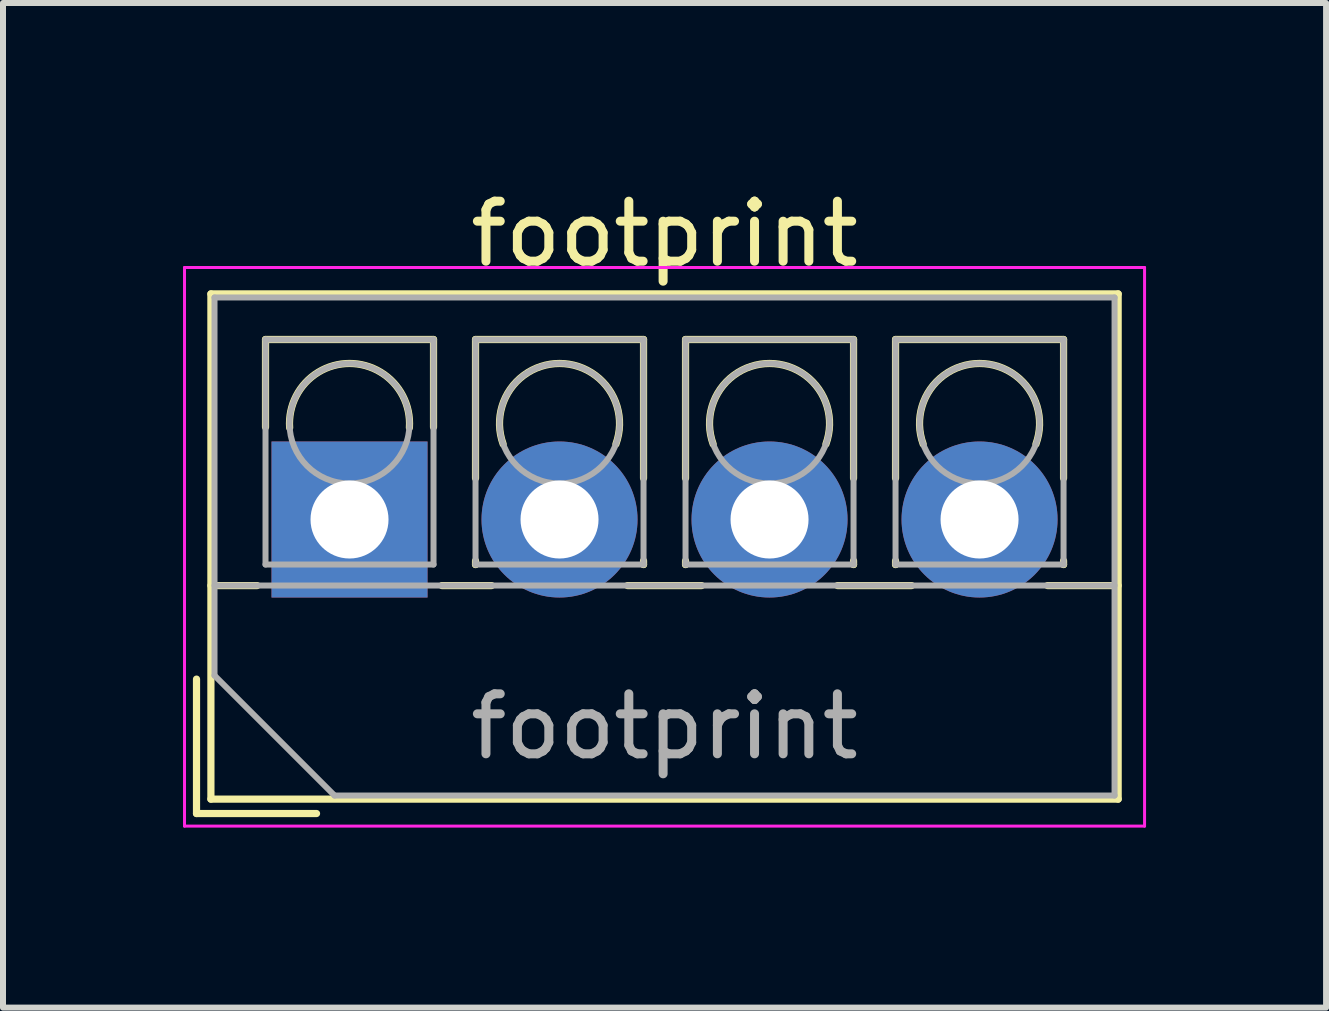
<source format=kicad_pcb>
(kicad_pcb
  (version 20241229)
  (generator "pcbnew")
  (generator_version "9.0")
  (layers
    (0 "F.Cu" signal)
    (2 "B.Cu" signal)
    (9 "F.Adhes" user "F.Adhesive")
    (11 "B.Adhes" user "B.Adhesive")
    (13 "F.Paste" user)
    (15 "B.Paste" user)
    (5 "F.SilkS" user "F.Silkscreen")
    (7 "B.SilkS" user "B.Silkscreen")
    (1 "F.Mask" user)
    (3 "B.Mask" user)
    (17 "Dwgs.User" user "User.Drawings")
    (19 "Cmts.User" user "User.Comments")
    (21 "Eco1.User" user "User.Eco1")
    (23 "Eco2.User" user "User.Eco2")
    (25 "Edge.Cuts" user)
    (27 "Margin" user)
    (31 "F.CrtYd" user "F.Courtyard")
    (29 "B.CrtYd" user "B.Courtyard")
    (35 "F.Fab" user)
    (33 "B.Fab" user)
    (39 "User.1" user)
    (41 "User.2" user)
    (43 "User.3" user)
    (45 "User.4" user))
  (footprint "footprint"
    (layer "F.Cu")
    (at 2.775 5.608)
    (property "Reference" "footprint" (at 5.25 -4.76 0) (layer "F.SilkS") (effects (font (size 1 1) (thickness 0.15))))
    (attr through_hole)
    (fp_line (start -2.55 2.66) (end -2.55 4.9) (stroke (width 0.12) (type solid)) (layer "F.SilkS"))
    (fp_line (start -2.55 4.9) (end -0.55 4.9) (stroke (width 0.12) (type solid)) (layer "F.SilkS"))
    (fp_line (start -2.31 -3.76) (end -2.31 4.66) (stroke (width 0.12) (type solid)) (layer "F.SilkS"))
    (fp_line (start -2.31 -3.76) (end 12.81 -3.76) (stroke (width 0.12) (type solid)) (layer "F.SilkS"))
    (fp_line (start -2.31 1.101) (end -1.54 1.101) (stroke (width 0.12) (type solid)) (layer "F.SilkS"))
    (fp_line (start -2.31 4.66) (end 12.81 4.66) (stroke (width 0.12) (type solid)) (layer "F.SilkS"))
    (fp_line (start -1.4 -3) (end -1.4 -1.54) (stroke (width 0.12) (type solid)) (layer "F.SilkS"))
    (fp_line (start -1.4 -3) (end 1.4 -3) (stroke (width 0.12) (type solid)) (layer "F.SilkS"))
    (fp_line (start 1.4 -3) (end 1.4 -1.54) (stroke (width 0.12) (type solid)) (layer "F.SilkS"))
    (fp_line (start 1.54 1.101) (end 2.367 1.101) (stroke (width 0.12) (type solid)) (layer "F.SilkS"))
    (fp_line (start 2.1 -3) (end 2.1 -0.689) (stroke (width 0.12) (type solid)) (layer "F.SilkS"))
    (fp_line (start 2.1 -3) (end 4.9 -3) (stroke (width 0.12) (type solid)) (layer "F.SilkS"))
    (fp_line (start 2.1 0.689) (end 2.1 0.75) (stroke (width 0.12) (type solid)) (layer "F.SilkS"))
    (fp_line (start 2.1 0.75) (end 2.101 0.75) (stroke (width 0.12) (type solid)) (layer "F.SilkS"))
    (fp_line (start 4.634 1.101) (end 5.867 1.101) (stroke (width 0.12) (type solid)) (layer "F.SilkS"))
    (fp_line (start 4.9 -3) (end 4.9 -0.689) (stroke (width 0.12) (type solid)) (layer "F.SilkS"))
    (fp_line (start 4.9 0.689) (end 4.9 0.75) (stroke (width 0.12) (type solid)) (layer "F.SilkS"))
    (fp_line (start 4.9 0.75) (end 4.9 0.75) (stroke (width 0.12) (type solid)) (layer "F.SilkS"))
    (fp_line (start 5.6 -3) (end 5.6 -0.689) (stroke (width 0.12) (type solid)) (layer "F.SilkS"))
    (fp_line (start 5.6 -3) (end 8.4 -3) (stroke (width 0.12) (type solid)) (layer "F.SilkS"))
    (fp_line (start 5.6 0.689) (end 5.6 0.75) (stroke (width 0.12) (type solid)) (layer "F.SilkS"))
    (fp_line (start 5.6 0.75) (end 5.601 0.75) (stroke (width 0.12) (type solid)) (layer "F.SilkS"))
    (fp_line (start 8.134 1.101) (end 9.367 1.101) (stroke (width 0.12) (type solid)) (layer "F.SilkS"))
    (fp_line (start 8.4 -3) (end 8.4 -0.689) (stroke (width 0.12) (type solid)) (layer "F.SilkS"))
    (fp_line (start 8.4 0.689) (end 8.4 0.75) (stroke (width 0.12) (type solid)) (layer "F.SilkS"))
    (fp_line (start 8.4 0.75) (end 8.4 0.75) (stroke (width 0.12) (type solid)) (layer "F.SilkS"))
    (fp_line (start 9.1 -3) (end 9.1 -0.689) (stroke (width 0.12) (type solid)) (layer "F.SilkS"))
    (fp_line (start 9.1 -3) (end 11.9 -3) (stroke (width 0.12) (type solid)) (layer "F.SilkS"))
    (fp_line (start 9.1 0.689) (end 9.1 0.75) (stroke (width 0.12) (type solid)) (layer "F.SilkS"))
    (fp_line (start 9.1 0.75) (end 9.101 0.75) (stroke (width 0.12) (type solid)) (layer "F.SilkS"))
    (fp_line (start 11.634 1.101) (end 12.81 1.101) (stroke (width 0.12) (type solid)) (layer "F.SilkS"))
    (fp_line (start 11.9 -3) (end 11.9 -0.689) (stroke (width 0.12) (type solid)) (layer "F.SilkS"))
    (fp_line (start 11.9 0.689) (end 11.9 0.75) (stroke (width 0.12) (type solid)) (layer "F.SilkS"))
    (fp_line (start 11.9 0.75) (end 11.9 0.75) (stroke (width 0.12) (type solid)) (layer "F.SilkS"))
    (fp_line (start 12.81 -3.76) (end 12.81 4.66) (stroke (width 0.12) (type solid)) (layer "F.SilkS"))
    (fp_arc (start -0.99789 -1.529434) (mid -0.000785 -2.600382) (end 0.998 -1.531) (stroke (width 0.12) (type solid)) (layer "F.SilkS"))
    (fp_arc (start 2.560085 -1.257767) (mid 3.499876 -2.600282) (end 4.44 -1.258) (stroke (width 0.12) (type solid)) (layer "F.SilkS"))
    (fp_arc (start 6.060085 -1.257767) (mid 6.999876 -2.600282) (end 7.94 -1.258) (stroke (width 0.12) (type solid)) (layer "F.SilkS"))
    (fp_arc (start 9.560085 -1.257767) (mid 10.499876 -2.600282) (end 11.44 -1.258) (stroke (width 0.12) (type solid)) (layer "F.SilkS"))
    (fp_line (start -2.75 -4.2) (end -2.75 5.11) (stroke (width 0.05) (type solid)) (layer "F.CrtYd"))
    (fp_line (start -2.75 5.11) (end 13.25 5.11) (stroke (width 0.05) (type solid)) (layer "F.CrtYd"))
    (fp_line (start 13.25 -4.2) (end -2.75 -4.2) (stroke (width 0.05) (type solid)) (layer "F.CrtYd"))
    (fp_line (start 13.25 5.11) (end 13.25 -4.2) (stroke (width 0.05) (type solid)) (layer "F.CrtYd"))
    (fp_line (start -2.25 -3.7) (end 12.75 -3.7) (stroke (width 0.1) (type solid)) (layer "F.Fab"))
    (fp_line (start -2.25 1.1) (end 12.75 1.1) (stroke (width 0.1) (type solid)) (layer "F.Fab"))
    (fp_line (start -2.25 2.6) (end -2.25 -3.7) (stroke (width 0.1) (type solid)) (layer "F.Fab"))
    (fp_line (start -1.4 -3) (end -1.4 0.75) (stroke (width 0.1) (type solid)) (layer "F.Fab"))
    (fp_line (start -1.4 0.75) (end 1.4 0.75) (stroke (width 0.1) (type solid)) (layer "F.Fab"))
    (fp_line (start -0.25 4.6) (end -2.25 2.6) (stroke (width 0.1) (type solid)) (layer "F.Fab"))
    (fp_line (start 1.4 -3) (end -1.4 -3) (stroke (width 0.1) (type solid)) (layer "F.Fab"))
    (fp_line (start 1.4 0.75) (end 1.4 -3) (stroke (width 0.1) (type solid)) (layer "F.Fab"))
    (fp_line (start 2.1 -3) (end 2.1 0.75) (stroke (width 0.1) (type solid)) (layer "F.Fab"))
    (fp_line (start 2.1 0.75) (end 4.9 0.75) (stroke (width 0.1) (type solid)) (layer "F.Fab"))
    (fp_line (start 4.9 -3) (end 2.1 -3) (stroke (width 0.1) (type solid)) (layer "F.Fab"))
    (fp_line (start 4.9 0.75) (end 4.9 -3) (stroke (width 0.1) (type solid)) (layer "F.Fab"))
    (fp_line (start 5.6 -3) (end 5.6 0.75) (stroke (width 0.1) (type solid)) (layer "F.Fab"))
    (fp_line (start 5.6 0.75) (end 8.4 0.75) (stroke (width 0.1) (type solid)) (layer "F.Fab"))
    (fp_line (start 8.4 -3) (end 5.6 -3) (stroke (width 0.1) (type solid)) (layer "F.Fab"))
    (fp_line (start 8.4 0.75) (end 8.4 -3) (stroke (width 0.1) (type solid)) (layer "F.Fab"))
    (fp_line (start 9.1 -3) (end 9.1 0.75) (stroke (width 0.1) (type solid)) (layer "F.Fab"))
    (fp_line (start 9.1 0.75) (end 11.9 0.75) (stroke (width 0.1) (type solid)) (layer "F.Fab"))
    (fp_line (start 11.9 -3) (end 9.1 -3) (stroke (width 0.1) (type solid)) (layer "F.Fab"))
    (fp_line (start 11.9 0.75) (end 11.9 -3) (stroke (width 0.1) (type solid)) (layer "F.Fab"))
    (fp_line (start 12.75 -3.7) (end 12.75 4.6) (stroke (width 0.1) (type solid)) (layer "F.Fab"))
    (fp_line (start 12.75 4.6) (end -0.25 4.6) (stroke (width 0.1) (type solid)) (layer "F.Fab"))
    (fp_circle (center 0 -1.6) (end 1 -1.6) (stroke (width 0.1) (type solid)) (fill no) (layer "F.Fab"))
    (fp_circle (center 3.5 -1.6) (end 4.5 -1.6) (stroke (width 0.1) (type solid)) (fill no) (layer "F.Fab"))
    (fp_circle (center 7 -1.6) (end 8 -1.6) (stroke (width 0.1) (type solid)) (fill no) (layer "F.Fab"))
    (fp_circle (center 10.5 -1.6) (end 11.5 -1.6) (stroke (width 0.1) (type solid)) (fill no) (layer "F.Fab"))
    (fp_text user "${REFERENCE}" (at 5.25 3.45 0) (layer "F.Fab") (effects (font (size 1 1) (thickness 0.15))))
    (pad "1" thru_hole rect (at 0 0) (size 2.6 2.6) (drill 1.3) (layers "*.Cu" "*.Mask"))
    (pad "2" thru_hole circle (at 3.5 0) (size 2.6 2.6) (drill 1.3) (layers "*.Cu" "*.Mask"))
    (pad "3" thru_hole circle (at 7 0) (size 2.6 2.6) (drill 1.3) (layers "*.Cu" "*.Mask"))
    (pad "4" thru_hole circle (at 10.5 0) (size 2.6 2.6) (drill 1.3) (layers "*.Cu" "*.Mask")))
  (gr_rect
    (start -3 -3)
    (end 19.05 13.743)
    (stroke (width 0.1) (type default))
    (fill no)
    (layer "Edge.Cuts")))
</source>
